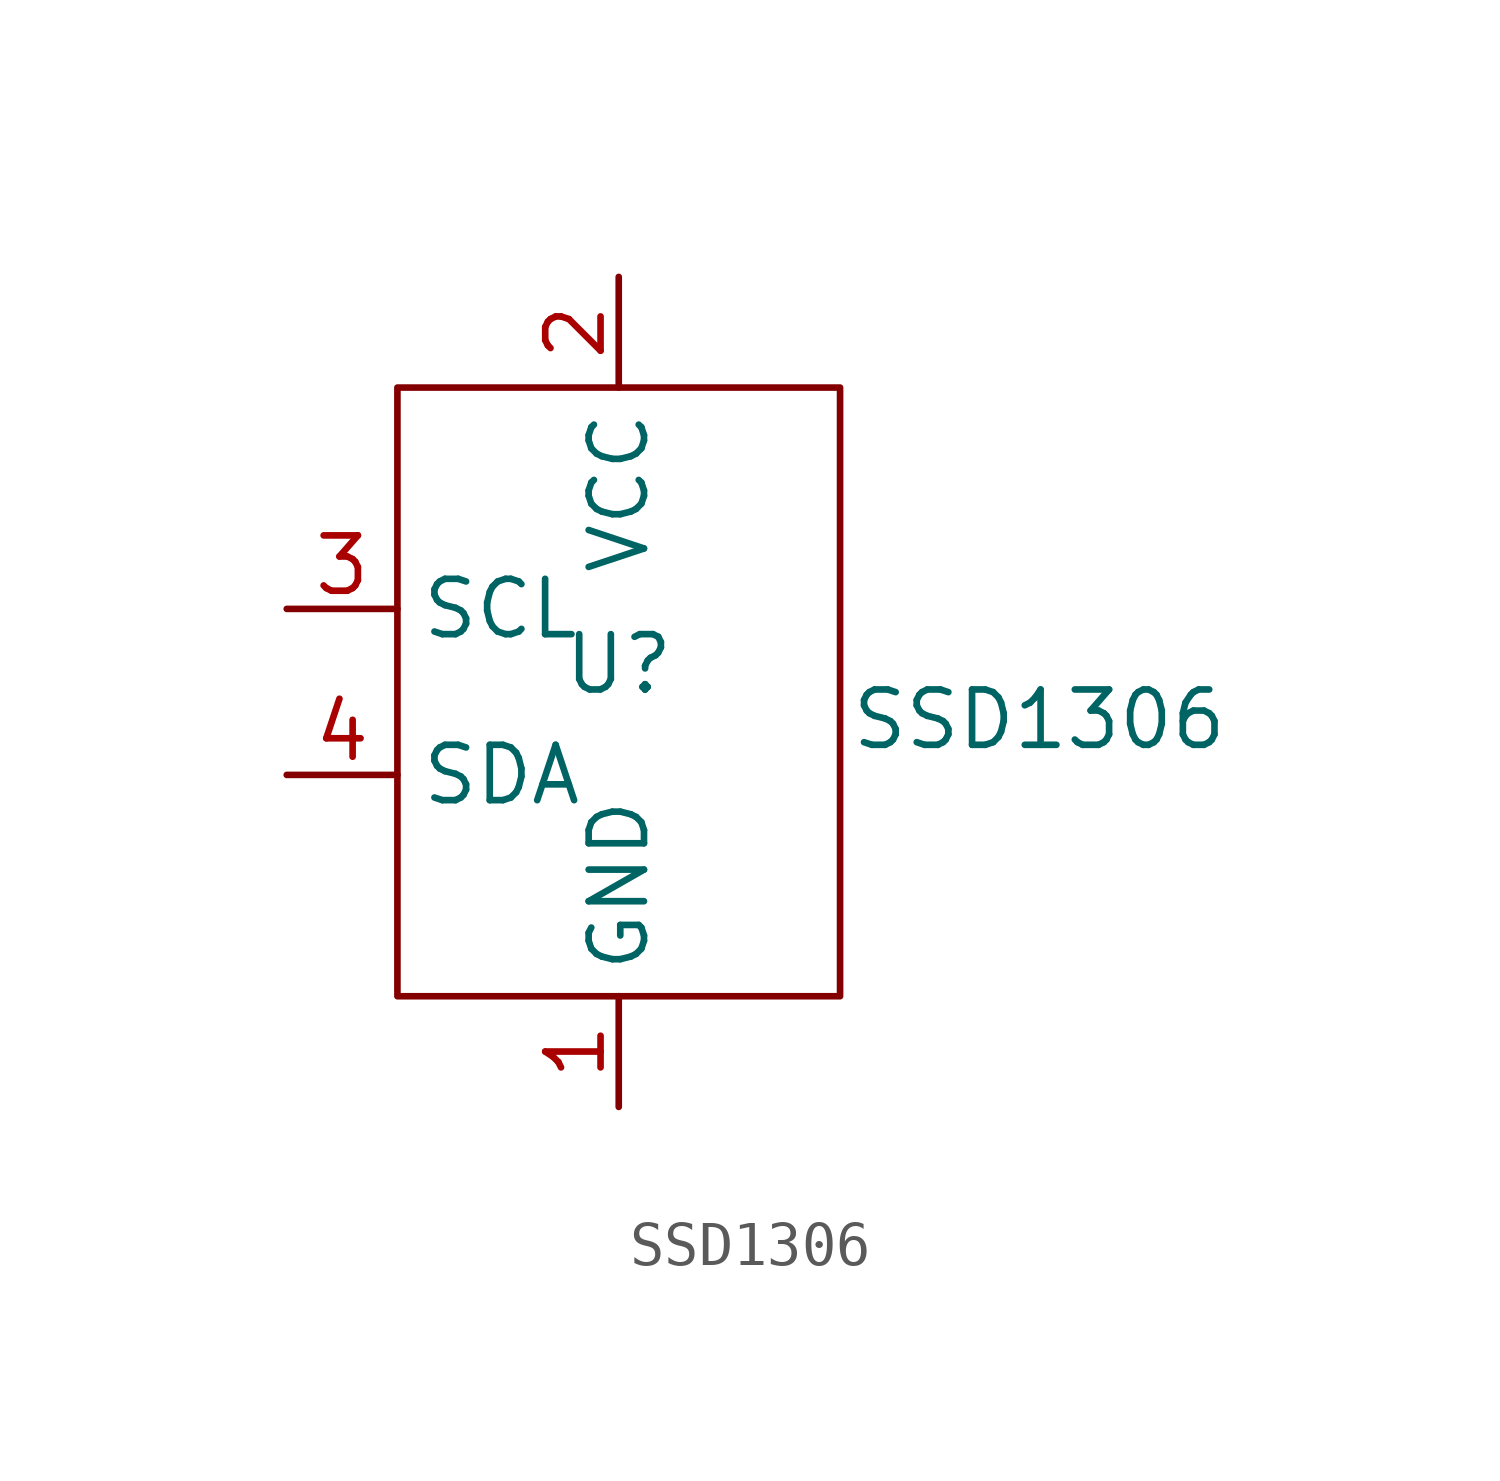
<source format=kicad_sym>
(kicad_symbol_lib
  (version 20241209)
  (generator "kicad_symbol_editor")
  (generator_version "9.0")
  (symbol "SSD1306"
    (property "Reference" "U"
      (at 0 0 0)
      (effects (font (size 1.27 1.27))))
    (property "Value" "SSD1306"
      (at 9.652 -1.27 0)
      (effects (font (size 1.27 1.27))))
    (symbol "SSD1306_0_1"
      (rectangle (start -5.08 6.35) (end 5.08 -7.62) (stroke (width 0) (type default)) (fill (type none))))
    (symbol "SSD1306_1_1"
      (pin input line (at -7.62 1.27 0) (length 2.54) (name "SCL" (effects (font (size 1.27 1.27)))) (number "3" (effects (font (size 1.27 1.27)))))
      (pin bidirectional line (at -7.62 -2.54 0) (length 2.54) (name "SDA" (effects (font (size 1.27 1.27)))) (number "4" (effects (font (size 1.27 1.27)))))
      (pin power_in line (at 0 8.89 270) (length 2.54) (name "VCC" (effects (font (size 1.27 1.27)))) (number "2" (effects (font (size 1.27 1.27)))))
      (pin power_in line (at 0 -10.16 90) (length 2.54) (name "GND" (effects (font (size 1.27 1.27)))) (number "1" (effects (font (size 1.27 1.27))))))))
</source>
